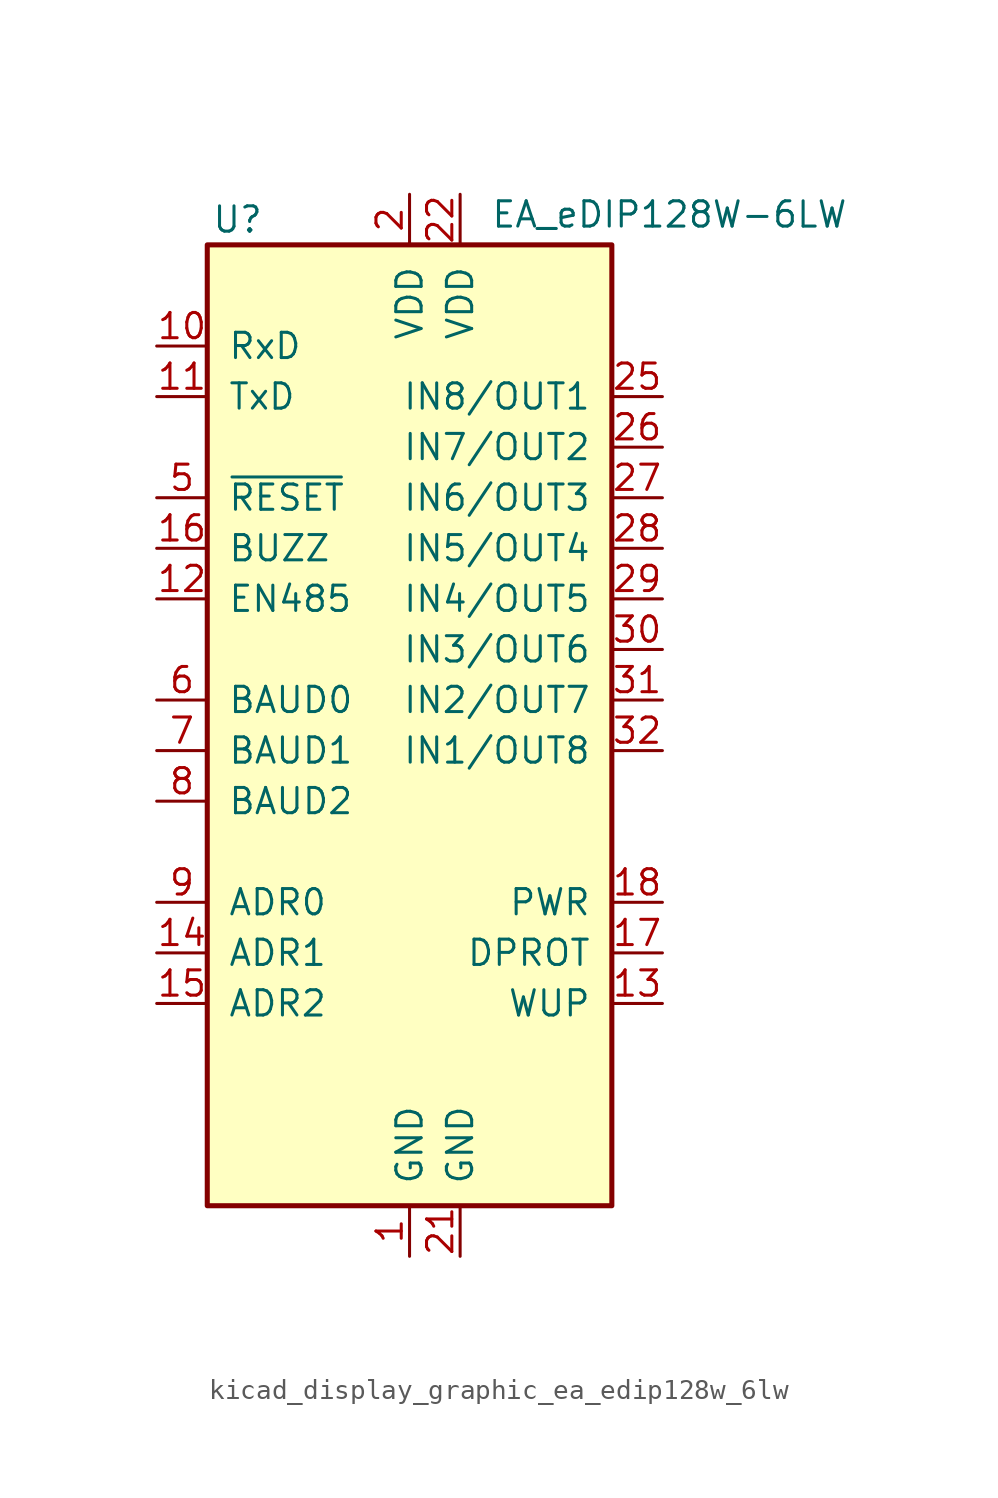
<source format=kicad_sym>
(kicad_symbol_lib
  (version 20220914)
  (generator kicad_symbol_editor)
  (symbol "kicad_display_graphic_ea_edip128w_6lw"
    (pin_names
      (offset 1.016))
    (property "Reference" "U"
      (at -8.636 24.13 0)
      (effects (font (size 1.27 1.27))))
    (property "Value" "EA_eDIP128W-6LW"
      (at 4.064 24.384 0)
      (effects (font (size 1.27 1.27)) (justify left)))
    (symbol "kicad_display_graphic_ea_edip128w_6lw_0_1"
      (rectangle (start -10.16 22.86) (end 10.16 -25.4) (stroke (width 0.254) (type default)) (fill (type background))))
    (symbol "kicad_display_graphic_ea_edip128w_6lw_1_1"
      (pin power_in line (at 0 -27.94 90) (length 2.54) (name "GND" (effects (font (size 1.27 1.27)))) (number "1" (effects (font (size 1.27 1.27)))))
      (pin input line (at -12.7 17.78 0) (length 2.54) (name "RxD" (effects (font (size 1.27 1.27)))) (number "10" (effects (font (size 1.27 1.27)))))
      (pin output line (at -12.7 15.24 0) (length 2.54) (name "TxD" (effects (font (size 1.27 1.27)))) (number "11" (effects (font (size 1.27 1.27)))))
      (pin output line (at -12.7 5.08 0) (length 2.54) (name "EN485" (effects (font (size 1.27 1.27)))) (number "12" (effects (font (size 1.27 1.27)))))
      (pin input line (at 12.7 -15.24 180) (length 2.54) (name "WUP" (effects (font (size 1.27 1.27)))) (number "13" (effects (font (size 1.27 1.27)))))
      (pin input line (at -12.7 -12.7 0) (length 2.54) (name "ADR1" (effects (font (size 1.27 1.27)))) (number "14" (effects (font (size 1.27 1.27)))))
      (pin input line (at -12.7 -15.24 0) (length 2.54) (name "ADR2" (effects (font (size 1.27 1.27)))) (number "15" (effects (font (size 1.27 1.27)))))
      (pin output line (at -12.7 7.62 0) (length 2.54) (name "BUZZ" (effects (font (size 1.27 1.27)))) (number "16" (effects (font (size 1.27 1.27)))))
      (pin input line (at 12.7 -12.7 180) (length 2.54) (name "DPROT" (effects (font (size 1.27 1.27)))) (number "17" (effects (font (size 1.27 1.27)))))
      (pin output line (at 12.7 -10.16 180) (length 2.54) (name "PWR" (effects (font (size 1.27 1.27)))) (number "18" (effects (font (size 1.27 1.27)))))
      (pin no_connect line (at -10.16 -22.86 0) (length 2.54) hide (name "NC" (effects (font (size 1.27 1.27)))) (number "19" (effects (font (size 1.27 1.27)))))
      (pin power_in line (at 0 25.4 270) (length 2.54) (name "VDD" (effects (font (size 1.27 1.27)))) (number "2" (effects (font (size 1.27 1.27)))))
      (pin power_in line (at 2.54 -27.94 90) (length 2.54) (name "GND" (effects (font (size 1.27 1.27)))) (number "21" (effects (font (size 1.27 1.27)))))
      (pin power_in line (at 2.54 25.4 270) (length 2.54) (name "VDD" (effects (font (size 1.27 1.27)))) (number "22" (effects (font (size 1.27 1.27)))))
      (pin no_connect line (at 10.16 -17.78 180) (length 2.54) hide (name "NC" (effects (font (size 1.27 1.27)))) (number "23" (effects (font (size 1.27 1.27)))))
      (pin no_connect line (at 10.16 -20.32 180) (length 2.54) hide (name "NC" (effects (font (size 1.27 1.27)))) (number "24" (effects (font (size 1.27 1.27)))))
      (pin bidirectional line (at 12.7 15.24 180) (length 2.54) (name "IN8/OUT1" (effects (font (size 1.27 1.27)))) (number "25" (effects (font (size 1.27 1.27)))))
      (pin bidirectional line (at 12.7 12.7 180) (length 2.54) (name "IN7/OUT2" (effects (font (size 1.27 1.27)))) (number "26" (effects (font (size 1.27 1.27)))))
      (pin bidirectional line (at 12.7 10.16 180) (length 2.54) (name "IN6/OUT3" (effects (font (size 1.27 1.27)))) (number "27" (effects (font (size 1.27 1.27)))))
      (pin bidirectional line (at 12.7 7.62 180) (length 2.54) (name "IN5/OUT4" (effects (font (size 1.27 1.27)))) (number "28" (effects (font (size 1.27 1.27)))))
      (pin bidirectional line (at 12.7 5.08 180) (length 2.54) (name "IN4/OUT5" (effects (font (size 1.27 1.27)))) (number "29" (effects (font (size 1.27 1.27)))))
      (pin no_connect line (at -10.16 -17.78 0) (length 2.54) hide (name "NC" (effects (font (size 1.27 1.27)))) (number "3" (effects (font (size 1.27 1.27)))))
      (pin bidirectional line (at 12.7 2.54 180) (length 2.54) (name "IN3/OUT6" (effects (font (size 1.27 1.27)))) (number "30" (effects (font (size 1.27 1.27)))))
      (pin bidirectional line (at 12.7 0 180) (length 2.54) (name "IN2/OUT7" (effects (font (size 1.27 1.27)))) (number "31" (effects (font (size 1.27 1.27)))))
      (pin bidirectional line (at 12.7 -2.54 180) (length 2.54) (name "IN1/OUT8" (effects (font (size 1.27 1.27)))) (number "32" (effects (font (size 1.27 1.27)))))
      (pin no_connect line (at -10.16 -20.32 0) (length 2.54) hide (name "NC" (effects (font (size 1.27 1.27)))) (number "4" (effects (font (size 1.27 1.27)))))
      (pin input line (at -12.7 10.16 0) (length 2.54) (name "~{RESET}" (effects (font (size 1.27 1.27)))) (number "5" (effects (font (size 1.27 1.27)))))
      (pin input line (at -12.7 0 0) (length 2.54) (name "BAUD0" (effects (font (size 1.27 1.27)))) (number "6" (effects (font (size 1.27 1.27)))))
      (pin input line (at -12.7 -2.54 0) (length 2.54) (name "BAUD1" (effects (font (size 1.27 1.27)))) (number "7" (effects (font (size 1.27 1.27)))))
      (pin input line (at -12.7 -5.08 0) (length 2.54) (name "BAUD2" (effects (font (size 1.27 1.27)))) (number "8" (effects (font (size 1.27 1.27)))))
      (pin input line (at -12.7 -10.16 0) (length 2.54) (name "ADR0" (effects (font (size 1.27 1.27)))) (number "9" (effects (font (size 1.27 1.27))))))))
</source>
